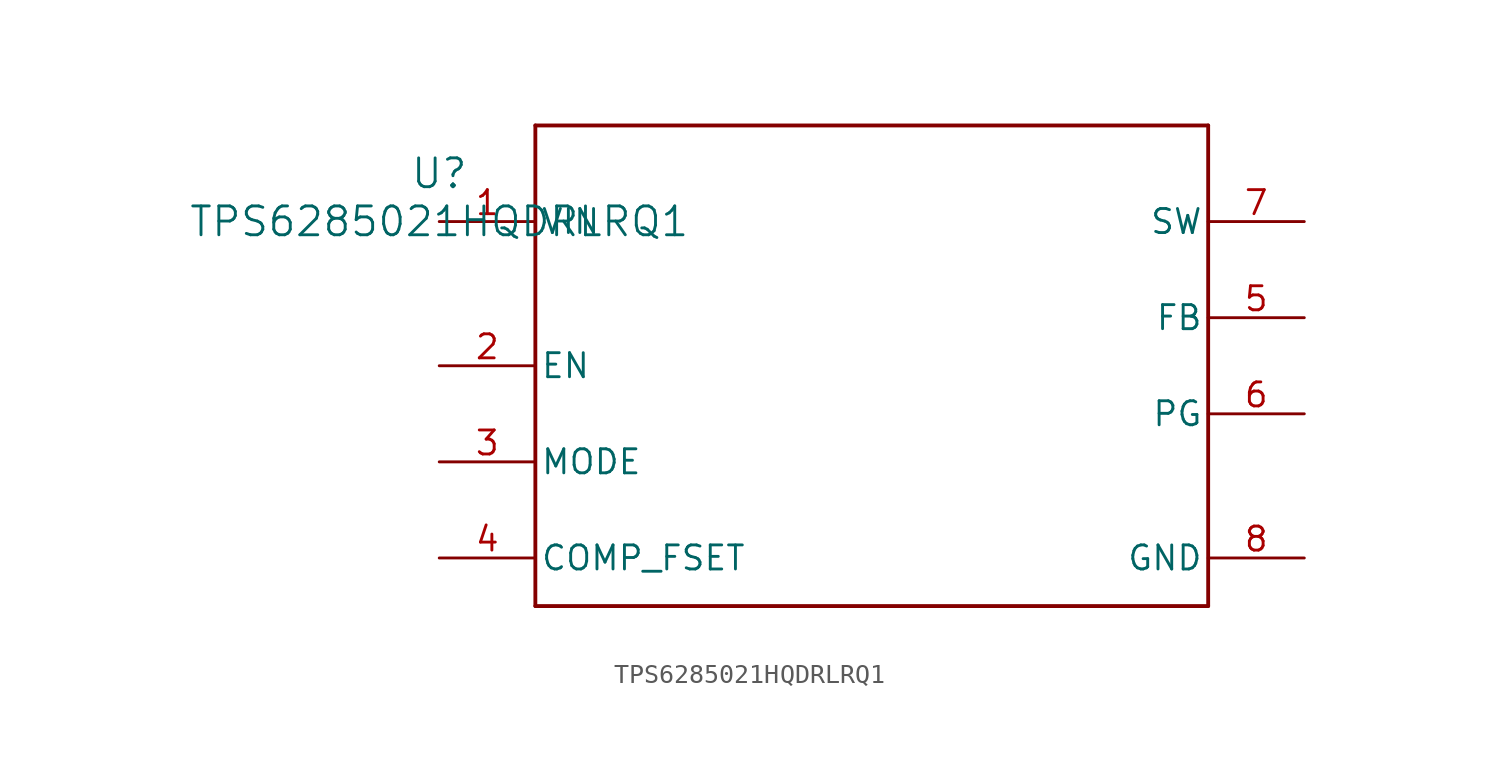
<source format=kicad_sym>
(kicad_symbol_lib
  (version 20211014)
  (generator kicad_symbol_editor)
  (symbol "TPS6285021HQDRLRQ1"
    (pin_names
      (offset 0.254))
    (property "Reference" "U"
      (at 0 2.54 0)
      (effects (font (size 1.524 1.524))))
    (property "Value" "TPS6285021HQDRLRQ1"
      (at 0 0 0)
      (effects (font (size 1.524 1.524))))
    (symbol "TPS6285021HQDRLRQ1_0_1"
      (polyline (pts (xy 5.08 -20.32) (xy 40.64 -20.32)) (stroke (width 0.203) (type default) (color 0 0 0 0)) (fill (type none)))
      (polyline (pts (xy 40.64 -20.32) (xy 40.64 5.08)) (stroke (width 0.203) (type default) (color 0 0 0 0)) (fill (type none)))
      (polyline (pts (xy 40.64 5.08) (xy 5.08 5.08)) (stroke (width 0.203) (type default) (color 0 0 0 0)) (fill (type none)))
      (polyline (pts (xy 5.08 5.08) (xy 5.08 -20.32)) (stroke (width 0.203) (type default) (color 0 0 0 0)) (fill (type none)))
      (pin power_in line (at 0 0 0) (length 5.08) (name "VIN" (effects (font (size 1.27 1.27)))) (number "1" (effects (font (size 1.27 1.27)))))
      (pin input line (at 0 -7.62 0) (length 5.08) (name "EN" (effects (font (size 1.27 1.27)))) (number "2" (effects (font (size 1.27 1.27)))))
      (pin input line (at 0 -12.7 0) (length 5.08) (name "MODE" (effects (font (size 1.27 1.27)))) (number "3" (effects (font (size 1.27 1.27)))))
      (pin input line (at 0 -17.78 0) (length 5.08) (name "COMP_FSET" (effects (font (size 1.27 1.27)))) (number "4" (effects (font (size 1.27 1.27)))))
      (pin input line (at 45.72 -5.08 180) (length 5.08) (name "FB" (effects (font (size 1.27 1.27)))) (number "5" (effects (font (size 1.27 1.27)))))
      (pin open_collector line (at 45.72 -10.16 180) (length 5.08) (name "PG" (effects (font (size 1.27 1.27)))) (number "6" (effects (font (size 1.27 1.27)))))
      (pin output line (at 45.72 0 180) (length 5.08) (name "SW" (effects (font (size 1.27 1.27)))) (number "7" (effects (font (size 1.27 1.27)))))
      (pin power_in line (at 45.72 -17.78 180) (length 5.08) (name "GND" (effects (font (size 1.27 1.27)))) (number "8" (effects (font (size 1.27 1.27))))))))
</source>
